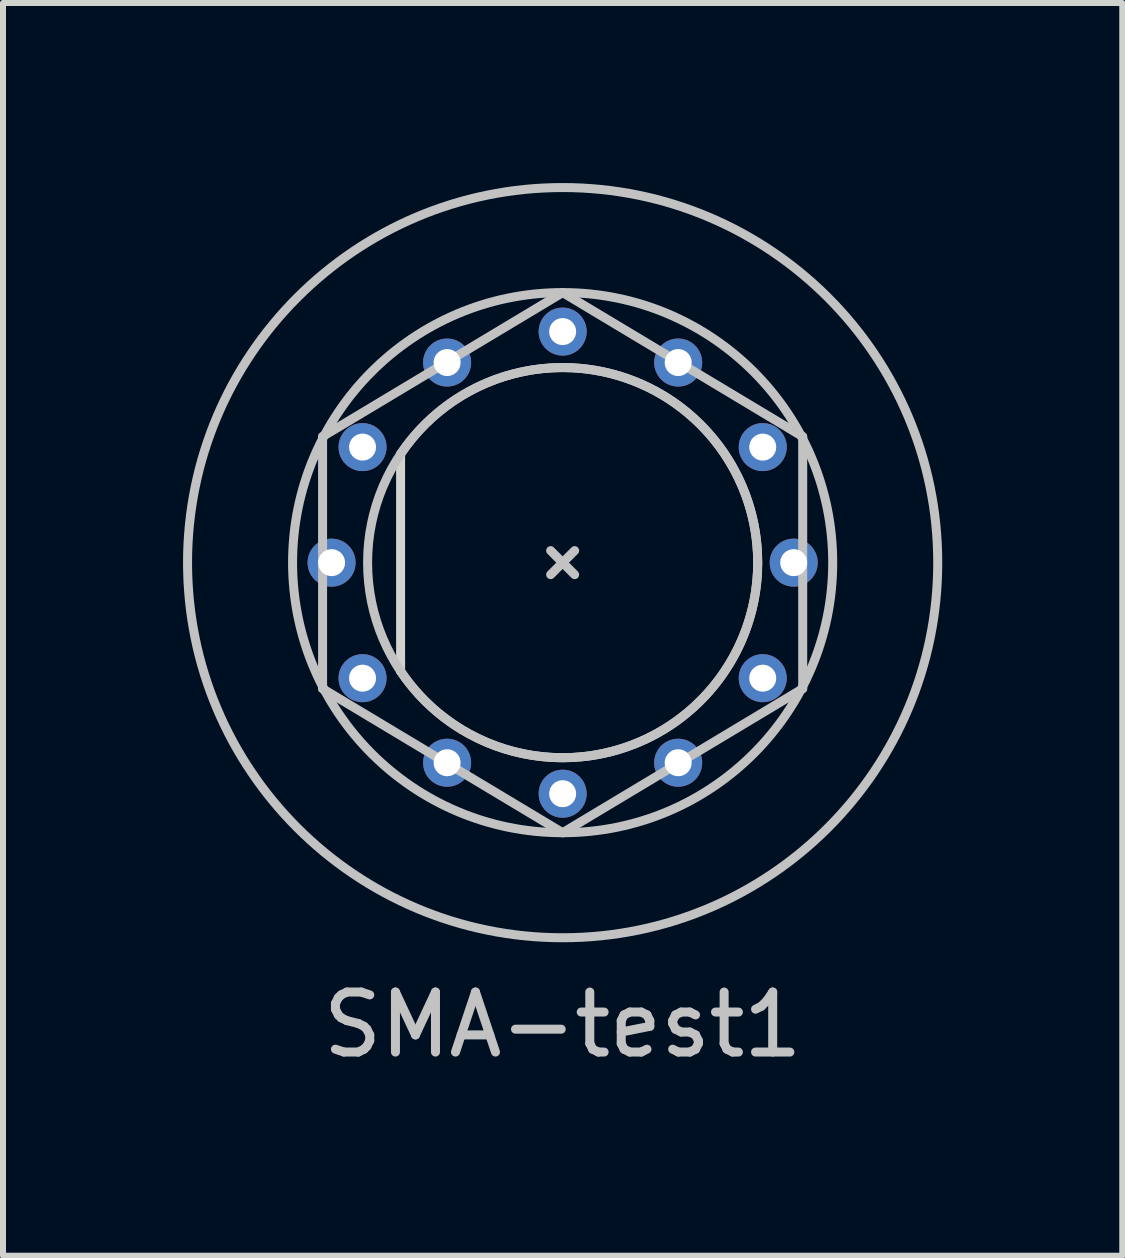
<source format=kicad_pcb>
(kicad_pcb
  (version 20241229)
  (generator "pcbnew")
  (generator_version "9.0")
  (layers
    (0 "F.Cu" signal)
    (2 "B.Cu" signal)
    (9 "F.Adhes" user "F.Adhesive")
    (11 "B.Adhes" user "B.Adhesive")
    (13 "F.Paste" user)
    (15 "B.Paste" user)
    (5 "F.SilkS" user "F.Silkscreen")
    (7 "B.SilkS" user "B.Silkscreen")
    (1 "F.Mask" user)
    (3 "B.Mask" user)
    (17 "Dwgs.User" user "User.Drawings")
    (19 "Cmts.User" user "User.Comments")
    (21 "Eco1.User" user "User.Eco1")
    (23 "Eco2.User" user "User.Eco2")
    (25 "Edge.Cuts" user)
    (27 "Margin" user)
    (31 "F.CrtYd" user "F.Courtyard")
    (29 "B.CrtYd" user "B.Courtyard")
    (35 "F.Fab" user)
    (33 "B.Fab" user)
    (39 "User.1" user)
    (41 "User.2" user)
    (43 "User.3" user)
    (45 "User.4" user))
  (footprint "SMA-test1"
    (layer "F.Cu")
    (at 6.325 6.325)
    (property "Reference" "SMA-test1" (at 0 7.7 0) (layer "Dwgs.User") (effects (font (size 1 1) (thickness 0.15))))
    (attr through_hole)
    (fp_line (start -2.92 -1.6) (end -2.92 1.6) (stroke (width 0.7) (type solid)) (layer "F.Mask"))
    (fp_circle (center 0 0) (end 3.83 0) (stroke (width 1.35) (type solid)) (fill no) (layer "F.Mask"))
    (fp_line (start -2.92 -1.6) (end -2.92 1.6) (stroke (width 0.7) (type solid)) (layer "B.Mask"))
    (fp_circle (center 0 0) (end 3.83 0) (stroke (width 1.35) (type solid)) (fill no) (layer "B.Mask"))
    (fp_line (start -4 -2.1) (end -4 2.1) (stroke (width 0.15) (type solid)) (layer "Dwgs.User"))
    (fp_line (start -4 2.1) (end 0 4.5) (stroke (width 0.15) (type solid)) (layer "Dwgs.User"))
    (fp_line (start -0.2 0.2) (end 0.2 -0.2) (stroke (width 0.15) (type solid)) (layer "Dwgs.User"))
    (fp_line (start 0 -4.5) (end -4 -2.1) (stroke (width 0.15) (type solid)) (layer "Dwgs.User"))
    (fp_line (start 0 4.5) (end 4 2.1) (stroke (width 0.15) (type solid)) (layer "Dwgs.User"))
    (fp_line (start 0.2 0.2) (end -0.2 -0.2) (stroke (width 0.15) (type solid)) (layer "Dwgs.User"))
    (fp_line (start 4 -2.1) (end 0 -4.5) (stroke (width 0.15) (type solid)) (layer "Dwgs.User"))
    (fp_line (start 4 2.1) (end 4 -2.1) (stroke (width 0.15) (type solid)) (layer "Dwgs.User"))
    (fp_circle (center 0 0) (end 3.25 0) (stroke (width 0.15) (type solid)) (fill no) (layer "Dwgs.User"))
    (fp_circle (center 0 0) (end 4.5 0) (stroke (width 0.15) (type solid)) (fill no) (layer "Dwgs.User"))
    (fp_circle (center 0 0) (end 6.25 0) (stroke (width 0.15) (type solid)) (fill no) (layer "Dwgs.User"))
    (fp_line (start -2.7 -1.81) (end -2.7 1.81) (stroke (width 0.15) (type solid)) (layer "Edge.Cuts"))
    (fp_arc (start -2.7 -1.81) (mid 3.250554 0) (end -2.7 1.81) (stroke (width 0.15) (type solid)) (layer "Edge.Cuts"))
    (pad "1" thru_hole circle (at -3.85 0 90) (size 0.8 0.8) (drill 0.45) (layers "*.Cu"))
    (pad "1" thru_hole circle (at -3.334 -1.925 60) (size 0.8 0.8) (drill 0.45) (layers "*.Cu"))
    (pad "1" thru_hole circle (at -3.334 1.925 120) (size 0.8 0.8) (drill 0.45) (layers "*.Cu"))
    (pad "1" thru_hole circle (at -1.925 -3.334 30) (size 0.8 0.8) (drill 0.45) (layers "*.Cu"))
    (pad "1" thru_hole circle (at -1.925 3.334 150) (size 0.8 0.8) (drill 0.45) (layers "*.Cu"))
    (pad "1" thru_hole circle (at 0 -3.85) (size 0.8 0.8) (drill 0.45) (layers "*.Cu"))
    (pad "1" thru_hole circle (at 0 3.85 180) (size 0.8 0.8) (drill 0.45) (layers "*.Cu"))
    (pad "1" thru_hole circle (at 1.925 -3.334 330) (size 0.8 0.8) (drill 0.45) (layers "*.Cu"))
    (pad "1" thru_hole circle (at 1.925 3.334 210) (size 0.8 0.8) (drill 0.45) (layers "*.Cu"))
    (pad "1" thru_hole circle (at 3.334 -1.925 300) (size 0.8 0.8) (drill 0.45) (layers "*.Cu"))
    (pad "1" thru_hole circle (at 3.334 1.925 240) (size 0.8 0.8) (drill 0.45) (layers "*.Cu"))
    (pad "1" thru_hole circle (at 3.85 0 270) (size 0.8 0.8) (drill 0.45) (layers "*.Cu")))
  (gr_rect
    (start -3 -3)
    (end 15.65 17.873)
    (stroke (width 0.1) (type default))
    (fill no)
    (layer "Edge.Cuts")))
</source>
